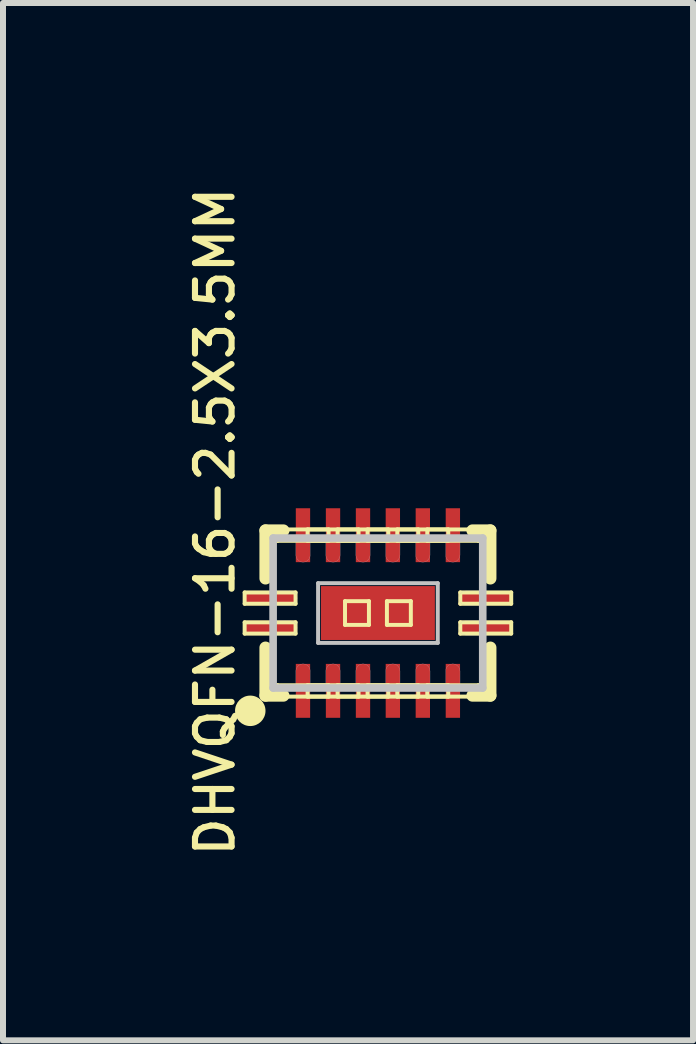
<source format=kicad_pcb>
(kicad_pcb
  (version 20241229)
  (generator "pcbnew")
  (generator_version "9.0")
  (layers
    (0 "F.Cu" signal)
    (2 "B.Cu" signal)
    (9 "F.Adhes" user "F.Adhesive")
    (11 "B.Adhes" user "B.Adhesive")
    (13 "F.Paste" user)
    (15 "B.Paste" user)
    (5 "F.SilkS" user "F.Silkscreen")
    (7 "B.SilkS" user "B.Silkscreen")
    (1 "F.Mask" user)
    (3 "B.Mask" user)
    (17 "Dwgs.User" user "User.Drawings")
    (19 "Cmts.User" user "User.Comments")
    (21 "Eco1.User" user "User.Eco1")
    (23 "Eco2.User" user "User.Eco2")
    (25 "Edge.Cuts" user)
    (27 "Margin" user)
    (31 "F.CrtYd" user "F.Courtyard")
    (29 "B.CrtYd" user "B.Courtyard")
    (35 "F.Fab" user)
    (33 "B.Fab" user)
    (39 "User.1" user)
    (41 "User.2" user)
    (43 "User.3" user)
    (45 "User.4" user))
  (footprint "DHVQFN-16-2.5X3.5MM"
    (layer "F.Cu")
    (at 3.253 7.174)
    (property "Reference" "DHVQFN-16-2.5X3.5MM" (at -2.718 -1.524 90) (layer "F.SilkS") (effects (font (size 0.61 0.61) (thickness 0.102))))
    (attr smd)
    (fp_line (start -2.223 -0.343) (end -1.374 -0.343) (stroke (width 0.066) (type solid)) (layer "F.SilkS"))
    (fp_line (start -2.223 -0.155) (end -2.223 -0.343) (stroke (width 0.066) (type solid)) (layer "F.SilkS"))
    (fp_line (start -2.223 -0.155) (end -1.374 -0.155) (stroke (width 0.066) (type solid)) (layer "F.SilkS"))
    (fp_line (start -2.223 0.155) (end -1.374 0.155) (stroke (width 0.066) (type solid)) (layer "F.SilkS"))
    (fp_line (start -2.223 0.343) (end -2.223 0.155) (stroke (width 0.066) (type solid)) (layer "F.SilkS"))
    (fp_line (start -2.223 0.343) (end -1.374 0.343) (stroke (width 0.066) (type solid)) (layer "F.SilkS"))
    (fp_line (start -1.875 -1.377) (end -1.875 -0.577) (stroke (width 0.203) (type solid)) (layer "F.SilkS"))
    (fp_line (start -1.875 0.577) (end -1.875 1.377) (stroke (width 0.203) (type solid)) (layer "F.SilkS"))
    (fp_line (start -1.875 1.377) (end -1.577 1.377) (stroke (width 0.203) (type solid)) (layer "F.SilkS"))
    (fp_line (start -1.674 -1.394) (end -0.823 -1.394) (stroke (width 0.066) (type solid)) (layer "F.SilkS"))
    (fp_line (start -1.674 -1.204) (end -1.674 -1.394) (stroke (width 0.066) (type solid)) (layer "F.SilkS"))
    (fp_line (start -1.674 -1.204) (end -0.823 -1.204) (stroke (width 0.066) (type solid)) (layer "F.SilkS"))
    (fp_line (start -1.674 1.204) (end -0.823 1.204) (stroke (width 0.066) (type solid)) (layer "F.SilkS"))
    (fp_line (start -1.674 1.394) (end -1.674 1.204) (stroke (width 0.066) (type solid)) (layer "F.SilkS"))
    (fp_line (start -1.674 1.394) (end -0.823 1.394) (stroke (width 0.066) (type solid)) (layer "F.SilkS"))
    (fp_line (start -1.577 -1.377) (end -1.875 -1.377) (stroke (width 0.203) (type solid)) (layer "F.SilkS"))
    (fp_line (start -1.374 -0.155) (end -1.374 -0.343) (stroke (width 0.066) (type solid)) (layer "F.SilkS"))
    (fp_line (start -1.374 0.343) (end -1.374 0.155) (stroke (width 0.066) (type solid)) (layer "F.SilkS"))
    (fp_line (start -1.173 -1.394) (end -0.323 -1.394) (stroke (width 0.066) (type solid)) (layer "F.SilkS"))
    (fp_line (start -1.173 -1.204) (end -1.173 -1.394) (stroke (width 0.066) (type solid)) (layer "F.SilkS"))
    (fp_line (start -1.173 -1.204) (end -0.323 -1.204) (stroke (width 0.066) (type solid)) (layer "F.SilkS"))
    (fp_line (start -1.173 1.204) (end -0.323 1.204) (stroke (width 0.066) (type solid)) (layer "F.SilkS"))
    (fp_line (start -1.173 1.394) (end -1.173 1.204) (stroke (width 0.066) (type solid)) (layer "F.SilkS"))
    (fp_line (start -1.173 1.394) (end -0.323 1.394) (stroke (width 0.066) (type solid)) (layer "F.SilkS"))
    (fp_line (start -0.823 -1.204) (end -0.823 -1.394) (stroke (width 0.066) (type solid)) (layer "F.SilkS"))
    (fp_line (start -0.823 1.394) (end -0.823 1.204) (stroke (width 0.066) (type solid)) (layer "F.SilkS"))
    (fp_line (start -0.673 -1.394) (end 0.173 -1.394) (stroke (width 0.066) (type solid)) (layer "F.SilkS"))
    (fp_line (start -0.673 -1.204) (end -0.673 -1.394) (stroke (width 0.066) (type solid)) (layer "F.SilkS"))
    (fp_line (start -0.673 -1.204) (end 0.173 -1.204) (stroke (width 0.066) (type solid)) (layer "F.SilkS"))
    (fp_line (start -0.673 1.204) (end 0.173 1.204) (stroke (width 0.066) (type solid)) (layer "F.SilkS"))
    (fp_line (start -0.673 1.394) (end -0.673 1.204) (stroke (width 0.066) (type solid)) (layer "F.SilkS"))
    (fp_line (start -0.673 1.394) (end 0.173 1.394) (stroke (width 0.066) (type solid)) (layer "F.SilkS"))
    (fp_line (start -0.549 -0.198) (end -0.15 -0.198) (stroke (width 0.066) (type solid)) (layer "F.SilkS"))
    (fp_line (start -0.549 0.198) (end -0.549 -0.198) (stroke (width 0.066) (type solid)) (layer "F.SilkS"))
    (fp_line (start -0.549 0.198) (end -0.15 0.198) (stroke (width 0.066) (type solid)) (layer "F.SilkS"))
    (fp_line (start -0.323 -1.204) (end -0.323 -1.394) (stroke (width 0.066) (type solid)) (layer "F.SilkS"))
    (fp_line (start -0.323 1.394) (end -0.323 1.204) (stroke (width 0.066) (type solid)) (layer "F.SilkS"))
    (fp_line (start -0.173 -1.394) (end 0.673 -1.394) (stroke (width 0.066) (type solid)) (layer "F.SilkS"))
    (fp_line (start -0.173 -1.204) (end -0.173 -1.394) (stroke (width 0.066) (type solid)) (layer "F.SilkS"))
    (fp_line (start -0.173 -1.204) (end 0.673 -1.204) (stroke (width 0.066) (type solid)) (layer "F.SilkS"))
    (fp_line (start -0.173 1.204) (end 0.673 1.204) (stroke (width 0.066) (type solid)) (layer "F.SilkS"))
    (fp_line (start -0.173 1.394) (end -0.173 1.204) (stroke (width 0.066) (type solid)) (layer "F.SilkS"))
    (fp_line (start -0.173 1.394) (end 0.673 1.394) (stroke (width 0.066) (type solid)) (layer "F.SilkS"))
    (fp_line (start -0.15 0.198) (end -0.15 -0.198) (stroke (width 0.066) (type solid)) (layer "F.SilkS"))
    (fp_line (start 0.15 -0.198) (end 0.549 -0.198) (stroke (width 0.066) (type solid)) (layer "F.SilkS"))
    (fp_line (start 0.15 0.198) (end 0.15 -0.198) (stroke (width 0.066) (type solid)) (layer "F.SilkS"))
    (fp_line (start 0.15 0.198) (end 0.549 0.198) (stroke (width 0.066) (type solid)) (layer "F.SilkS"))
    (fp_line (start 0.173 -1.204) (end 0.173 -1.394) (stroke (width 0.066) (type solid)) (layer "F.SilkS"))
    (fp_line (start 0.173 1.394) (end 0.173 1.204) (stroke (width 0.066) (type solid)) (layer "F.SilkS"))
    (fp_line (start 0.323 -1.394) (end 1.173 -1.394) (stroke (width 0.066) (type solid)) (layer "F.SilkS"))
    (fp_line (start 0.323 -1.204) (end 0.323 -1.394) (stroke (width 0.066) (type solid)) (layer "F.SilkS"))
    (fp_line (start 0.323 -1.204) (end 1.173 -1.204) (stroke (width 0.066) (type solid)) (layer "F.SilkS"))
    (fp_line (start 0.323 1.204) (end 1.173 1.204) (stroke (width 0.066) (type solid)) (layer "F.SilkS"))
    (fp_line (start 0.323 1.394) (end 0.323 1.204) (stroke (width 0.066) (type solid)) (layer "F.SilkS"))
    (fp_line (start 0.323 1.394) (end 1.173 1.394) (stroke (width 0.066) (type solid)) (layer "F.SilkS"))
    (fp_line (start 0.549 0.198) (end 0.549 -0.198) (stroke (width 0.066) (type solid)) (layer "F.SilkS"))
    (fp_line (start 0.673 -1.204) (end 0.673 -1.394) (stroke (width 0.066) (type solid)) (layer "F.SilkS"))
    (fp_line (start 0.673 1.394) (end 0.673 1.204) (stroke (width 0.066) (type solid)) (layer "F.SilkS"))
    (fp_line (start 0.823 -1.394) (end 1.674 -1.394) (stroke (width 0.066) (type solid)) (layer "F.SilkS"))
    (fp_line (start 0.823 -1.204) (end 0.823 -1.394) (stroke (width 0.066) (type solid)) (layer "F.SilkS"))
    (fp_line (start 0.823 -1.204) (end 1.674 -1.204) (stroke (width 0.066) (type solid)) (layer "F.SilkS"))
    (fp_line (start 0.823 1.204) (end 1.674 1.204) (stroke (width 0.066) (type solid)) (layer "F.SilkS"))
    (fp_line (start 0.823 1.394) (end 0.823 1.204) (stroke (width 0.066) (type solid)) (layer "F.SilkS"))
    (fp_line (start 0.823 1.394) (end 1.674 1.394) (stroke (width 0.066) (type solid)) (layer "F.SilkS"))
    (fp_line (start 1.173 -1.204) (end 1.173 -1.394) (stroke (width 0.066) (type solid)) (layer "F.SilkS"))
    (fp_line (start 1.173 1.394) (end 1.173 1.204) (stroke (width 0.066) (type solid)) (layer "F.SilkS"))
    (fp_line (start 1.374 -0.343) (end 2.223 -0.343) (stroke (width 0.066) (type solid)) (layer "F.SilkS"))
    (fp_line (start 1.374 -0.155) (end 1.374 -0.343) (stroke (width 0.066) (type solid)) (layer "F.SilkS"))
    (fp_line (start 1.374 -0.155) (end 2.223 -0.155) (stroke (width 0.066) (type solid)) (layer "F.SilkS"))
    (fp_line (start 1.374 0.155) (end 2.223 0.155) (stroke (width 0.066) (type solid)) (layer "F.SilkS"))
    (fp_line (start 1.374 0.343) (end 1.374 0.155) (stroke (width 0.066) (type solid)) (layer "F.SilkS"))
    (fp_line (start 1.374 0.343) (end 2.223 0.343) (stroke (width 0.066) (type solid)) (layer "F.SilkS"))
    (fp_line (start 1.577 1.377) (end 1.875 1.377) (stroke (width 0.203) (type solid)) (layer "F.SilkS"))
    (fp_line (start 1.674 -1.204) (end 1.674 -1.394) (stroke (width 0.066) (type solid)) (layer "F.SilkS"))
    (fp_line (start 1.674 1.394) (end 1.674 1.204) (stroke (width 0.066) (type solid)) (layer "F.SilkS"))
    (fp_line (start 1.875 -1.377) (end 1.577 -1.377) (stroke (width 0.203) (type solid)) (layer "F.SilkS"))
    (fp_line (start 1.875 -0.577) (end 1.875 -1.377) (stroke (width 0.203) (type solid)) (layer "F.SilkS"))
    (fp_line (start 1.875 1.377) (end 1.875 0.577) (stroke (width 0.203) (type solid)) (layer "F.SilkS"))
    (fp_line (start 2.223 -0.155) (end 2.223 -0.343) (stroke (width 0.066) (type solid)) (layer "F.SilkS"))
    (fp_line (start 2.223 0.343) (end 2.223 0.155) (stroke (width 0.066) (type solid)) (layer "F.SilkS"))
    (fp_circle (center -2.129 1.631) (end -2.129 1.377) (stroke (width 0) (type solid)) (fill yes) (layer "F.SilkS"))
    (fp_line (start -1.748 -1.25) (end -1.748 1.25) (stroke (width 0.127) (type solid)) (layer "Dwgs.User"))
    (fp_line (start -1.748 -0.368) (end -1.468 -0.368) (stroke (width 0.003) (type solid)) (layer "Dwgs.User"))
    (fp_line (start -1.748 -0.13) (end -1.748 -0.368) (stroke (width 0.003) (type solid)) (layer "Dwgs.User"))
    (fp_line (start -1.748 0.13) (end -1.468 0.13) (stroke (width 0.003) (type solid)) (layer "Dwgs.User"))
    (fp_line (start -1.748 0.368) (end -1.748 0.13) (stroke (width 0.003) (type solid)) (layer "Dwgs.User"))
    (fp_line (start -1.748 1.25) (end 1.748 1.25) (stroke (width 0.127) (type solid)) (layer "Dwgs.User"))
    (fp_line (start -1.468 -0.368) (end -1.433 -0.363) (stroke (width 0.003) (type solid)) (layer "Dwgs.User"))
    (fp_line (start -1.468 -0.13) (end -1.748 -0.13) (stroke (width 0.003) (type solid)) (layer "Dwgs.User"))
    (fp_line (start -1.468 0.13) (end -1.433 0.135) (stroke (width 0.003) (type solid)) (layer "Dwgs.User"))
    (fp_line (start -1.468 0.368) (end -1.748 0.368) (stroke (width 0.003) (type solid)) (layer "Dwgs.User"))
    (fp_line (start -1.433 -0.363) (end -1.397 -0.345) (stroke (width 0.003) (type solid)) (layer "Dwgs.User"))
    (fp_line (start -1.433 -0.135) (end -1.468 -0.13) (stroke (width 0.003) (type solid)) (layer "Dwgs.User"))
    (fp_line (start -1.433 0.135) (end -1.397 0.152) (stroke (width 0.003) (type solid)) (layer "Dwgs.User"))
    (fp_line (start -1.433 0.363) (end -1.468 0.368) (stroke (width 0.003) (type solid)) (layer "Dwgs.User"))
    (fp_line (start -1.397 -0.345) (end -1.372 -0.32) (stroke (width 0.003) (type solid)) (layer "Dwgs.User"))
    (fp_line (start -1.397 -0.152) (end -1.433 -0.135) (stroke (width 0.003) (type solid)) (layer "Dwgs.User"))
    (fp_line (start -1.397 0.152) (end -1.372 0.178) (stroke (width 0.003) (type solid)) (layer "Dwgs.User"))
    (fp_line (start -1.397 0.345) (end -1.433 0.363) (stroke (width 0.003) (type solid)) (layer "Dwgs.User"))
    (fp_line (start -1.372 -0.32) (end -1.354 -0.287) (stroke (width 0.003) (type solid)) (layer "Dwgs.User"))
    (fp_line (start -1.372 -0.178) (end -1.397 -0.152) (stroke (width 0.003) (type solid)) (layer "Dwgs.User"))
    (fp_line (start -1.372 0.178) (end -1.354 0.211) (stroke (width 0.003) (type solid)) (layer "Dwgs.User"))
    (fp_line (start -1.372 0.32) (end -1.397 0.345) (stroke (width 0.003) (type solid)) (layer "Dwgs.User"))
    (fp_line (start -1.369 -1.25) (end -1.128 -1.25) (stroke (width 0.003) (type solid)) (layer "Dwgs.User"))
    (fp_line (start -1.369 -0.968) (end -1.369 -1.25) (stroke (width 0.003) (type solid)) (layer "Dwgs.User"))
    (fp_line (start -1.369 0.968) (end -1.364 0.932) (stroke (width 0.003) (type solid)) (layer "Dwgs.User"))
    (fp_line (start -1.369 1.25) (end -1.369 0.968) (stroke (width 0.003) (type solid)) (layer "Dwgs.User"))
    (fp_line (start -1.364 -0.932) (end -1.369 -0.968) (stroke (width 0.003) (type solid)) (layer "Dwgs.User"))
    (fp_line (start -1.364 0.932) (end -1.346 0.899) (stroke (width 0.003) (type solid)) (layer "Dwgs.User"))
    (fp_line (start -1.354 -0.287) (end -1.349 -0.249) (stroke (width 0.003) (type solid)) (layer "Dwgs.User"))
    (fp_line (start -1.354 -0.211) (end -1.372 -0.178) (stroke (width 0.003) (type solid)) (layer "Dwgs.User"))
    (fp_line (start -1.354 0.211) (end -1.349 0.249) (stroke (width 0.003) (type solid)) (layer "Dwgs.User"))
    (fp_line (start -1.354 0.287) (end -1.372 0.32) (stroke (width 0.003) (type solid)) (layer "Dwgs.User"))
    (fp_line (start -1.349 -0.249) (end -1.354 -0.211) (stroke (width 0.003) (type solid)) (layer "Dwgs.User"))
    (fp_line (start -1.349 0.249) (end -1.354 0.287) (stroke (width 0.003) (type solid)) (layer "Dwgs.User"))
    (fp_line (start -1.346 -0.899) (end -1.364 -0.932) (stroke (width 0.003) (type solid)) (layer "Dwgs.User"))
    (fp_line (start -1.346 0.899) (end -1.318 0.871) (stroke (width 0.003) (type solid)) (layer "Dwgs.User"))
    (fp_line (start -1.318 -0.871) (end -1.346 -0.899) (stroke (width 0.003) (type solid)) (layer "Dwgs.User"))
    (fp_line (start -1.318 0.871) (end -1.285 0.853) (stroke (width 0.003) (type solid)) (layer "Dwgs.User"))
    (fp_line (start -1.285 -0.853) (end -1.318 -0.871) (stroke (width 0.003) (type solid)) (layer "Dwgs.User"))
    (fp_line (start -1.285 0.853) (end -1.25 0.848) (stroke (width 0.003) (type solid)) (layer "Dwgs.User"))
    (fp_line (start -1.25 -0.848) (end -1.285 -0.853) (stroke (width 0.003) (type solid)) (layer "Dwgs.User"))
    (fp_line (start -1.25 0.848) (end -1.212 0.853) (stroke (width 0.003) (type solid)) (layer "Dwgs.User"))
    (fp_line (start -1.212 -0.853) (end -1.25 -0.848) (stroke (width 0.003) (type solid)) (layer "Dwgs.User"))
    (fp_line (start -1.212 0.853) (end -1.179 0.871) (stroke (width 0.003) (type solid)) (layer "Dwgs.User"))
    (fp_line (start -1.179 -0.871) (end -1.212 -0.853) (stroke (width 0.003) (type solid)) (layer "Dwgs.User"))
    (fp_line (start -1.179 0.871) (end -1.151 0.899) (stroke (width 0.003) (type solid)) (layer "Dwgs.User"))
    (fp_line (start -1.151 -0.899) (end -1.179 -0.871) (stroke (width 0.003) (type solid)) (layer "Dwgs.User"))
    (fp_line (start -1.151 0.899) (end -1.135 0.932) (stroke (width 0.003) (type solid)) (layer "Dwgs.User"))
    (fp_line (start -1.135 -0.932) (end -1.151 -0.899) (stroke (width 0.003) (type solid)) (layer "Dwgs.User"))
    (fp_line (start -1.135 0.932) (end -1.128 0.968) (stroke (width 0.003) (type solid)) (layer "Dwgs.User"))
    (fp_line (start -1.128 -1.25) (end -1.128 -0.968) (stroke (width 0.003) (type solid)) (layer "Dwgs.User"))
    (fp_line (start -1.128 -0.968) (end -1.135 -0.932) (stroke (width 0.003) (type solid)) (layer "Dwgs.User"))
    (fp_line (start -1.128 0.968) (end -1.128 1.25) (stroke (width 0.003) (type solid)) (layer "Dwgs.User"))
    (fp_line (start -1.128 1.25) (end -1.369 1.25) (stroke (width 0.003) (type solid)) (layer "Dwgs.User"))
    (fp_line (start -0.998 -0.498) (end 0.998 -0.498) (stroke (width 0.066) (type solid)) (layer "Dwgs.User"))
    (fp_line (start -0.998 0.498) (end -0.998 -0.498) (stroke (width 0.066) (type solid)) (layer "Dwgs.User"))
    (fp_line (start -0.998 0.498) (end 0.998 0.498) (stroke (width 0.066) (type solid)) (layer "Dwgs.User"))
    (fp_line (start -0.869 -1.25) (end -0.63 -1.25) (stroke (width 0.003) (type solid)) (layer "Dwgs.User"))
    (fp_line (start -0.869 -0.968) (end -0.869 -1.25) (stroke (width 0.003) (type solid)) (layer "Dwgs.User"))
    (fp_line (start -0.869 0.968) (end -0.864 0.932) (stroke (width 0.003) (type solid)) (layer "Dwgs.User"))
    (fp_line (start -0.869 1.25) (end -0.869 0.968) (stroke (width 0.003) (type solid)) (layer "Dwgs.User"))
    (fp_line (start -0.864 -0.932) (end -0.869 -0.968) (stroke (width 0.003) (type solid)) (layer "Dwgs.User"))
    (fp_line (start -0.864 0.932) (end -0.846 0.899) (stroke (width 0.003) (type solid)) (layer "Dwgs.User"))
    (fp_line (start -0.846 -0.899) (end -0.864 -0.932) (stroke (width 0.003) (type solid)) (layer "Dwgs.User"))
    (fp_line (start -0.846 0.899) (end -0.82 0.871) (stroke (width 0.003) (type solid)) (layer "Dwgs.User"))
    (fp_line (start -0.82 -0.871) (end -0.846 -0.899) (stroke (width 0.003) (type solid)) (layer "Dwgs.User"))
    (fp_line (start -0.82 0.871) (end -0.785 0.853) (stroke (width 0.003) (type solid)) (layer "Dwgs.User"))
    (fp_line (start -0.785 -0.853) (end -0.82 -0.871) (stroke (width 0.003) (type solid)) (layer "Dwgs.User"))
    (fp_line (start -0.785 0.853) (end -0.749 0.848) (stroke (width 0.003) (type solid)) (layer "Dwgs.User"))
    (fp_line (start -0.749 -0.848) (end -0.785 -0.853) (stroke (width 0.003) (type solid)) (layer "Dwgs.User"))
    (fp_line (start -0.749 0.848) (end -0.711 0.853) (stroke (width 0.003) (type solid)) (layer "Dwgs.User"))
    (fp_line (start -0.711 -0.853) (end -0.749 -0.848) (stroke (width 0.003) (type solid)) (layer "Dwgs.User"))
    (fp_line (start -0.711 0.853) (end -0.678 0.871) (stroke (width 0.003) (type solid)) (layer "Dwgs.User"))
    (fp_line (start -0.678 -0.871) (end -0.711 -0.853) (stroke (width 0.003) (type solid)) (layer "Dwgs.User"))
    (fp_line (start -0.678 0.871) (end -0.653 0.899) (stroke (width 0.003) (type solid)) (layer "Dwgs.User"))
    (fp_line (start -0.653 -0.899) (end -0.678 -0.871) (stroke (width 0.003) (type solid)) (layer "Dwgs.User"))
    (fp_line (start -0.653 0.899) (end -0.635 0.932) (stroke (width 0.003) (type solid)) (layer "Dwgs.User"))
    (fp_line (start -0.635 -0.932) (end -0.653 -0.899) (stroke (width 0.003) (type solid)) (layer "Dwgs.User"))
    (fp_line (start -0.635 0.932) (end -0.63 0.968) (stroke (width 0.003) (type solid)) (layer "Dwgs.User"))
    (fp_line (start -0.63 -1.25) (end -0.63 -0.968) (stroke (width 0.003) (type solid)) (layer "Dwgs.User"))
    (fp_line (start -0.63 -0.968) (end -0.635 -0.932) (stroke (width 0.003) (type solid)) (layer "Dwgs.User"))
    (fp_line (start -0.63 0.968) (end -0.63 1.25) (stroke (width 0.003) (type solid)) (layer "Dwgs.User"))
    (fp_line (start -0.63 1.25) (end -0.869 1.25) (stroke (width 0.003) (type solid)) (layer "Dwgs.User"))
    (fp_line (start -0.368 -1.25) (end -0.13 -1.25) (stroke (width 0.003) (type solid)) (layer "Dwgs.User"))
    (fp_line (start -0.368 -0.968) (end -0.368 -1.25) (stroke (width 0.003) (type solid)) (layer "Dwgs.User"))
    (fp_line (start -0.368 0.968) (end -0.363 0.932) (stroke (width 0.003) (type solid)) (layer "Dwgs.User"))
    (fp_line (start -0.368 1.25) (end -0.368 0.968) (stroke (width 0.003) (type solid)) (layer "Dwgs.User"))
    (fp_line (start -0.363 -0.932) (end -0.368 -0.968) (stroke (width 0.003) (type solid)) (layer "Dwgs.User"))
    (fp_line (start -0.363 0.932) (end -0.345 0.899) (stroke (width 0.003) (type solid)) (layer "Dwgs.User"))
    (fp_line (start -0.345 -0.899) (end -0.363 -0.932) (stroke (width 0.003) (type solid)) (layer "Dwgs.User"))
    (fp_line (start -0.345 0.899) (end -0.32 0.871) (stroke (width 0.003) (type solid)) (layer "Dwgs.User"))
    (fp_line (start -0.32 -0.871) (end -0.345 -0.899) (stroke (width 0.003) (type solid)) (layer "Dwgs.User"))
    (fp_line (start -0.32 0.871) (end -0.287 0.853) (stroke (width 0.003) (type solid)) (layer "Dwgs.User"))
    (fp_line (start -0.287 -0.853) (end -0.32 -0.871) (stroke (width 0.003) (type solid)) (layer "Dwgs.User"))
    (fp_line (start -0.287 0.853) (end -0.249 0.848) (stroke (width 0.003) (type solid)) (layer "Dwgs.User"))
    (fp_line (start -0.249 -0.848) (end -0.287 -0.853) (stroke (width 0.003) (type solid)) (layer "Dwgs.User"))
    (fp_line (start -0.249 0.848) (end -0.211 0.853) (stroke (width 0.003) (type solid)) (layer "Dwgs.User"))
    (fp_line (start -0.211 -0.853) (end -0.249 -0.848) (stroke (width 0.003) (type solid)) (layer "Dwgs.User"))
    (fp_line (start -0.211 0.853) (end -0.178 0.871) (stroke (width 0.003) (type solid)) (layer "Dwgs.User"))
    (fp_line (start -0.178 -0.871) (end -0.211 -0.853) (stroke (width 0.003) (type solid)) (layer "Dwgs.User"))
    (fp_line (start -0.178 0.871) (end -0.152 0.899) (stroke (width 0.003) (type solid)) (layer "Dwgs.User"))
    (fp_line (start -0.152 -0.899) (end -0.178 -0.871) (stroke (width 0.003) (type solid)) (layer "Dwgs.User"))
    (fp_line (start -0.152 0.899) (end -0.135 0.932) (stroke (width 0.003) (type solid)) (layer "Dwgs.User"))
    (fp_line (start -0.135 -0.932) (end -0.152 -0.899) (stroke (width 0.003) (type solid)) (layer "Dwgs.User"))
    (fp_line (start -0.135 0.932) (end -0.13 0.968) (stroke (width 0.003) (type solid)) (layer "Dwgs.User"))
    (fp_line (start -0.13 -1.25) (end -0.13 -0.968) (stroke (width 0.003) (type solid)) (layer "Dwgs.User"))
    (fp_line (start -0.13 -0.968) (end -0.135 -0.932) (stroke (width 0.003) (type solid)) (layer "Dwgs.User"))
    (fp_line (start -0.13 0.968) (end -0.13 1.25) (stroke (width 0.003) (type solid)) (layer "Dwgs.User"))
    (fp_line (start -0.13 1.25) (end -0.368 1.25) (stroke (width 0.003) (type solid)) (layer "Dwgs.User"))
    (fp_line (start 0.13 -1.25) (end 0.368 -1.25) (stroke (width 0.003) (type solid)) (layer "Dwgs.User"))
    (fp_line (start 0.13 -0.968) (end 0.13 -1.25) (stroke (width 0.003) (type solid)) (layer "Dwgs.User"))
    (fp_line (start 0.13 0.968) (end 0.135 0.932) (stroke (width 0.003) (type solid)) (layer "Dwgs.User"))
    (fp_line (start 0.13 1.25) (end 0.13 0.968) (stroke (width 0.003) (type solid)) (layer "Dwgs.User"))
    (fp_line (start 0.135 -0.932) (end 0.13 -0.968) (stroke (width 0.003) (type solid)) (layer "Dwgs.User"))
    (fp_line (start 0.135 0.932) (end 0.152 0.899) (stroke (width 0.003) (type solid)) (layer "Dwgs.User"))
    (fp_line (start 0.152 -0.899) (end 0.135 -0.932) (stroke (width 0.003) (type solid)) (layer "Dwgs.User"))
    (fp_line (start 0.152 0.899) (end 0.178 0.871) (stroke (width 0.003) (type solid)) (layer "Dwgs.User"))
    (fp_line (start 0.178 -0.871) (end 0.152 -0.899) (stroke (width 0.003) (type solid)) (layer "Dwgs.User"))
    (fp_line (start 0.178 0.871) (end 0.211 0.853) (stroke (width 0.003) (type solid)) (layer "Dwgs.User"))
    (fp_line (start 0.211 -0.853) (end 0.178 -0.871) (stroke (width 0.003) (type solid)) (layer "Dwgs.User"))
    (fp_line (start 0.211 0.853) (end 0.249 0.848) (stroke (width 0.003) (type solid)) (layer "Dwgs.User"))
    (fp_line (start 0.249 -0.848) (end 0.211 -0.853) (stroke (width 0.003) (type solid)) (layer "Dwgs.User"))
    (fp_line (start 0.249 0.848) (end 0.287 0.853) (stroke (width 0.003) (type solid)) (layer "Dwgs.User"))
    (fp_line (start 0.287 -0.853) (end 0.249 -0.848) (stroke (width 0.003) (type solid)) (layer "Dwgs.User"))
    (fp_line (start 0.287 0.853) (end 0.32 0.871) (stroke (width 0.003) (type solid)) (layer "Dwgs.User"))
    (fp_line (start 0.32 -0.871) (end 0.287 -0.853) (stroke (width 0.003) (type solid)) (layer "Dwgs.User"))
    (fp_line (start 0.32 0.871) (end 0.345 0.899) (stroke (width 0.003) (type solid)) (layer "Dwgs.User"))
    (fp_line (start 0.345 -0.899) (end 0.32 -0.871) (stroke (width 0.003) (type solid)) (layer "Dwgs.User"))
    (fp_line (start 0.345 0.899) (end 0.363 0.932) (stroke (width 0.003) (type solid)) (layer "Dwgs.User"))
    (fp_line (start 0.363 -0.932) (end 0.345 -0.899) (stroke (width 0.003) (type solid)) (layer "Dwgs.User"))
    (fp_line (start 0.363 0.932) (end 0.368 0.968) (stroke (width 0.003) (type solid)) (layer "Dwgs.User"))
    (fp_line (start 0.368 -1.25) (end 0.368 -0.968) (stroke (width 0.003) (type solid)) (layer "Dwgs.User"))
    (fp_line (start 0.368 -0.968) (end 0.363 -0.932) (stroke (width 0.003) (type solid)) (layer "Dwgs.User"))
    (fp_line (start 0.368 0.968) (end 0.368 1.25) (stroke (width 0.003) (type solid)) (layer "Dwgs.User"))
    (fp_line (start 0.368 1.25) (end 0.13 1.25) (stroke (width 0.003) (type solid)) (layer "Dwgs.User"))
    (fp_line (start 0.63 -1.25) (end 0.869 -1.25) (stroke (width 0.003) (type solid)) (layer "Dwgs.User"))
    (fp_line (start 0.63 -0.968) (end 0.63 -1.25) (stroke (width 0.003) (type solid)) (layer "Dwgs.User"))
    (fp_line (start 0.63 0.968) (end 0.635 0.932) (stroke (width 0.003) (type solid)) (layer "Dwgs.User"))
    (fp_line (start 0.63 1.25) (end 0.63 0.968) (stroke (width 0.003) (type solid)) (layer "Dwgs.User"))
    (fp_line (start 0.635 -0.932) (end 0.63 -0.968) (stroke (width 0.003) (type solid)) (layer "Dwgs.User"))
    (fp_line (start 0.635 0.932) (end 0.653 0.899) (stroke (width 0.003) (type solid)) (layer "Dwgs.User"))
    (fp_line (start 0.653 -0.899) (end 0.635 -0.932) (stroke (width 0.003) (type solid)) (layer "Dwgs.User"))
    (fp_line (start 0.653 0.899) (end 0.678 0.871) (stroke (width 0.003) (type solid)) (layer "Dwgs.User"))
    (fp_line (start 0.678 -0.871) (end 0.653 -0.899) (stroke (width 0.003) (type solid)) (layer "Dwgs.User"))
    (fp_line (start 0.678 0.871) (end 0.711 0.853) (stroke (width 0.003) (type solid)) (layer "Dwgs.User"))
    (fp_line (start 0.711 -0.853) (end 0.678 -0.871) (stroke (width 0.003) (type solid)) (layer "Dwgs.User"))
    (fp_line (start 0.711 0.853) (end 0.749 0.848) (stroke (width 0.003) (type solid)) (layer "Dwgs.User"))
    (fp_line (start 0.749 -0.848) (end 0.711 -0.853) (stroke (width 0.003) (type solid)) (layer "Dwgs.User"))
    (fp_line (start 0.749 0.848) (end 0.785 0.853) (stroke (width 0.003) (type solid)) (layer "Dwgs.User"))
    (fp_line (start 0.785 -0.853) (end 0.749 -0.848) (stroke (width 0.003) (type solid)) (layer "Dwgs.User"))
    (fp_line (start 0.785 0.853) (end 0.82 0.871) (stroke (width 0.003) (type solid)) (layer "Dwgs.User"))
    (fp_line (start 0.82 -0.871) (end 0.785 -0.853) (stroke (width 0.003) (type solid)) (layer "Dwgs.User"))
    (fp_line (start 0.82 0.871) (end 0.846 0.899) (stroke (width 0.003) (type solid)) (layer "Dwgs.User"))
    (fp_line (start 0.846 -0.899) (end 0.82 -0.871) (stroke (width 0.003) (type solid)) (layer "Dwgs.User"))
    (fp_line (start 0.846 0.899) (end 0.864 0.932) (stroke (width 0.003) (type solid)) (layer "Dwgs.User"))
    (fp_line (start 0.864 -0.932) (end 0.846 -0.899) (stroke (width 0.003) (type solid)) (layer "Dwgs.User"))
    (fp_line (start 0.864 0.932) (end 0.869 0.968) (stroke (width 0.003) (type solid)) (layer "Dwgs.User"))
    (fp_line (start 0.869 -1.25) (end 0.869 -0.968) (stroke (width 0.003) (type solid)) (layer "Dwgs.User"))
    (fp_line (start 0.869 -0.968) (end 0.864 -0.932) (stroke (width 0.003) (type solid)) (layer "Dwgs.User"))
    (fp_line (start 0.869 0.968) (end 0.869 1.25) (stroke (width 0.003) (type solid)) (layer "Dwgs.User"))
    (fp_line (start 0.869 1.25) (end 0.63 1.25) (stroke (width 0.003) (type solid)) (layer "Dwgs.User"))
    (fp_line (start 0.998 0.498) (end 0.998 -0.498) (stroke (width 0.066) (type solid)) (layer "Dwgs.User"))
    (fp_line (start 1.128 -1.25) (end 1.369 -1.25) (stroke (width 0.003) (type solid)) (layer "Dwgs.User"))
    (fp_line (start 1.128 -0.968) (end 1.128 -1.25) (stroke (width 0.003) (type solid)) (layer "Dwgs.User"))
    (fp_line (start 1.128 0.968) (end 1.135 0.932) (stroke (width 0.003) (type solid)) (layer "Dwgs.User"))
    (fp_line (start 1.128 1.25) (end 1.128 0.968) (stroke (width 0.003) (type solid)) (layer "Dwgs.User"))
    (fp_line (start 1.135 -0.932) (end 1.128 -0.968) (stroke (width 0.003) (type solid)) (layer "Dwgs.User"))
    (fp_line (start 1.135 0.932) (end 1.151 0.899) (stroke (width 0.003) (type solid)) (layer "Dwgs.User"))
    (fp_line (start 1.151 -0.899) (end 1.135 -0.932) (stroke (width 0.003) (type solid)) (layer "Dwgs.User"))
    (fp_line (start 1.151 0.899) (end 1.179 0.871) (stroke (width 0.003) (type solid)) (layer "Dwgs.User"))
    (fp_line (start 1.179 -0.871) (end 1.151 -0.899) (stroke (width 0.003) (type solid)) (layer "Dwgs.User"))
    (fp_line (start 1.179 0.871) (end 1.212 0.853) (stroke (width 0.003) (type solid)) (layer "Dwgs.User"))
    (fp_line (start 1.212 -0.853) (end 1.179 -0.871) (stroke (width 0.003) (type solid)) (layer "Dwgs.User"))
    (fp_line (start 1.212 0.853) (end 1.25 0.848) (stroke (width 0.003) (type solid)) (layer "Dwgs.User"))
    (fp_line (start 1.25 -0.848) (end 1.212 -0.853) (stroke (width 0.003) (type solid)) (layer "Dwgs.User"))
    (fp_line (start 1.25 0.848) (end 1.285 0.853) (stroke (width 0.003) (type solid)) (layer "Dwgs.User"))
    (fp_line (start 1.285 -0.853) (end 1.25 -0.848) (stroke (width 0.003) (type solid)) (layer "Dwgs.User"))
    (fp_line (start 1.285 0.853) (end 1.318 0.871) (stroke (width 0.003) (type solid)) (layer "Dwgs.User"))
    (fp_line (start 1.318 -0.871) (end 1.285 -0.853) (stroke (width 0.003) (type solid)) (layer "Dwgs.User"))
    (fp_line (start 1.318 0.871) (end 1.346 0.899) (stroke (width 0.003) (type solid)) (layer "Dwgs.User"))
    (fp_line (start 1.346 -0.899) (end 1.318 -0.871) (stroke (width 0.003) (type solid)) (layer "Dwgs.User"))
    (fp_line (start 1.346 0.899) (end 1.364 0.932) (stroke (width 0.003) (type solid)) (layer "Dwgs.User"))
    (fp_line (start 1.349 -0.249) (end 1.354 -0.287) (stroke (width 0.003) (type solid)) (layer "Dwgs.User"))
    (fp_line (start 1.349 0.249) (end 1.354 0.211) (stroke (width 0.003) (type solid)) (layer "Dwgs.User"))
    (fp_line (start 1.354 -0.287) (end 1.372 -0.32) (stroke (width 0.003) (type solid)) (layer "Dwgs.User"))
    (fp_line (start 1.354 -0.211) (end 1.349 -0.249) (stroke (width 0.003) (type solid)) (layer "Dwgs.User"))
    (fp_line (start 1.354 0.211) (end 1.372 0.178) (stroke (width 0.003) (type solid)) (layer "Dwgs.User"))
    (fp_line (start 1.354 0.287) (end 1.349 0.249) (stroke (width 0.003) (type solid)) (layer "Dwgs.User"))
    (fp_line (start 1.364 -0.932) (end 1.346 -0.899) (stroke (width 0.003) (type solid)) (layer "Dwgs.User"))
    (fp_line (start 1.364 0.932) (end 1.369 0.968) (stroke (width 0.003) (type solid)) (layer "Dwgs.User"))
    (fp_line (start 1.369 -1.25) (end 1.369 -0.968) (stroke (width 0.003) (type solid)) (layer "Dwgs.User"))
    (fp_line (start 1.369 -0.968) (end 1.364 -0.932) (stroke (width 0.003) (type solid)) (layer "Dwgs.User"))
    (fp_line (start 1.369 0.968) (end 1.369 1.25) (stroke (width 0.003) (type solid)) (layer "Dwgs.User"))
    (fp_line (start 1.369 1.25) (end 1.128 1.25) (stroke (width 0.003) (type solid)) (layer "Dwgs.User"))
    (fp_line (start 1.372 -0.32) (end 1.397 -0.345) (stroke (width 0.003) (type solid)) (layer "Dwgs.User"))
    (fp_line (start 1.372 -0.178) (end 1.354 -0.211) (stroke (width 0.003) (type solid)) (layer "Dwgs.User"))
    (fp_line (start 1.372 0.178) (end 1.397 0.152) (stroke (width 0.003) (type solid)) (layer "Dwgs.User"))
    (fp_line (start 1.372 0.32) (end 1.354 0.287) (stroke (width 0.003) (type solid)) (layer "Dwgs.User"))
    (fp_line (start 1.397 -0.345) (end 1.433 -0.363) (stroke (width 0.003) (type solid)) (layer "Dwgs.User"))
    (fp_line (start 1.397 -0.152) (end 1.372 -0.178) (stroke (width 0.003) (type solid)) (layer "Dwgs.User"))
    (fp_line (start 1.397 0.152) (end 1.433 0.135) (stroke (width 0.003) (type solid)) (layer "Dwgs.User"))
    (fp_line (start 1.397 0.345) (end 1.372 0.32) (stroke (width 0.003) (type solid)) (layer "Dwgs.User"))
    (fp_line (start 1.433 -0.363) (end 1.468 -0.368) (stroke (width 0.003) (type solid)) (layer "Dwgs.User"))
    (fp_line (start 1.433 -0.135) (end 1.397 -0.152) (stroke (width 0.003) (type solid)) (layer "Dwgs.User"))
    (fp_line (start 1.433 0.135) (end 1.468 0.13) (stroke (width 0.003) (type solid)) (layer "Dwgs.User"))
    (fp_line (start 1.433 0.363) (end 1.397 0.345) (stroke (width 0.003) (type solid)) (layer "Dwgs.User"))
    (fp_line (start 1.468 -0.368) (end 1.748 -0.368) (stroke (width 0.003) (type solid)) (layer "Dwgs.User"))
    (fp_line (start 1.468 -0.13) (end 1.433 -0.135) (stroke (width 0.003) (type solid)) (layer "Dwgs.User"))
    (fp_line (start 1.468 0.13) (end 1.748 0.13) (stroke (width 0.003) (type solid)) (layer "Dwgs.User"))
    (fp_line (start 1.468 0.368) (end 1.433 0.363) (stroke (width 0.003) (type solid)) (layer "Dwgs.User"))
    (fp_line (start 1.748 -1.25) (end -1.748 -1.25) (stroke (width 0.127) (type solid)) (layer "Dwgs.User"))
    (fp_line (start 1.748 -0.368) (end 1.748 -0.13) (stroke (width 0.003) (type solid)) (layer "Dwgs.User"))
    (fp_line (start 1.748 -0.13) (end 1.468 -0.13) (stroke (width 0.003) (type solid)) (layer "Dwgs.User"))
    (fp_line (start 1.748 0.13) (end 1.748 0.368) (stroke (width 0.003) (type solid)) (layer "Dwgs.User"))
    (fp_line (start 1.748 0.368) (end 1.468 0.368) (stroke (width 0.003) (type solid)) (layer "Dwgs.User"))
    (fp_line (start 1.748 1.25) (end 1.748 -1.25) (stroke (width 0.127) (type solid)) (layer "Dwgs.User"))
    (pad "1" smd rect (at -1.798 0.249) (size 0.899 0.239) (layers "F.Cu" "F.Mask" "F.Paste"))
    (pad "2" smd rect (at -1.25 1.298 90) (size 0.899 0.239) (layers "F.Cu" "F.Mask" "F.Paste"))
    (pad "3" smd rect (at -0.749 1.298 90) (size 0.899 0.239) (layers "F.Cu" "F.Mask" "F.Paste"))
    (pad "4" smd rect (at -0.249 1.298 90) (size 0.899 0.239) (layers "F.Cu" "F.Mask" "F.Paste"))
    (pad "5" smd rect (at 0.249 1.298 90) (size 0.899 0.239) (layers "F.Cu" "F.Mask" "F.Paste"))
    (pad "6" smd rect (at 0.749 1.298 90) (size 0.899 0.239) (layers "F.Cu" "F.Mask" "F.Paste"))
    (pad "7" smd rect (at 1.25 1.298 90) (size 0.899 0.239) (layers "F.Cu" "F.Mask" "F.Paste"))
    (pad "8" smd rect (at 1.798 0.249 180) (size 0.899 0.239) (layers "F.Cu" "F.Mask" "F.Paste"))
    (pad "9" smd rect (at 1.798 -0.249 180) (size 0.899 0.239) (layers "F.Cu" "F.Mask" "F.Paste"))
    (pad "10" smd rect (at 1.25 -1.298 270) (size 0.899 0.239) (layers "F.Cu" "F.Mask" "F.Paste"))
    (pad "11" smd rect (at 0.749 -1.298 270) (size 0.899 0.239) (layers "F.Cu" "F.Mask" "F.Paste"))
    (pad "12" smd rect (at 0.249 -1.298 270) (size 0.899 0.239) (layers "F.Cu" "F.Mask" "F.Paste"))
    (pad "13" smd rect (at -0.249 -1.298 270) (size 0.899 0.239) (layers "F.Cu" "F.Mask" "F.Paste"))
    (pad "14" smd rect (at -0.749 -1.298 270) (size 0.899 0.239) (layers "F.Cu" "F.Mask" "F.Paste"))
    (pad "15" smd rect (at -1.25 -1.298 270) (size 0.899 0.239) (layers "F.Cu" "F.Mask" "F.Paste"))
    (pad "16" smd rect (at -1.798 -0.249) (size 0.899 0.239) (layers "F.Cu" "F.Mask" "F.Paste"))
    (pad "EP" smd rect (at 0 0) (size 1.9 0.899) (layers "F.Cu" "F.Mask" "F.Paste")))
  (gr_rect
    (start -3 -3)
    (end 8.508 14.301)
    (stroke (width 0.1) (type default))
    (fill no)
    (layer "Edge.Cuts")))
</source>
